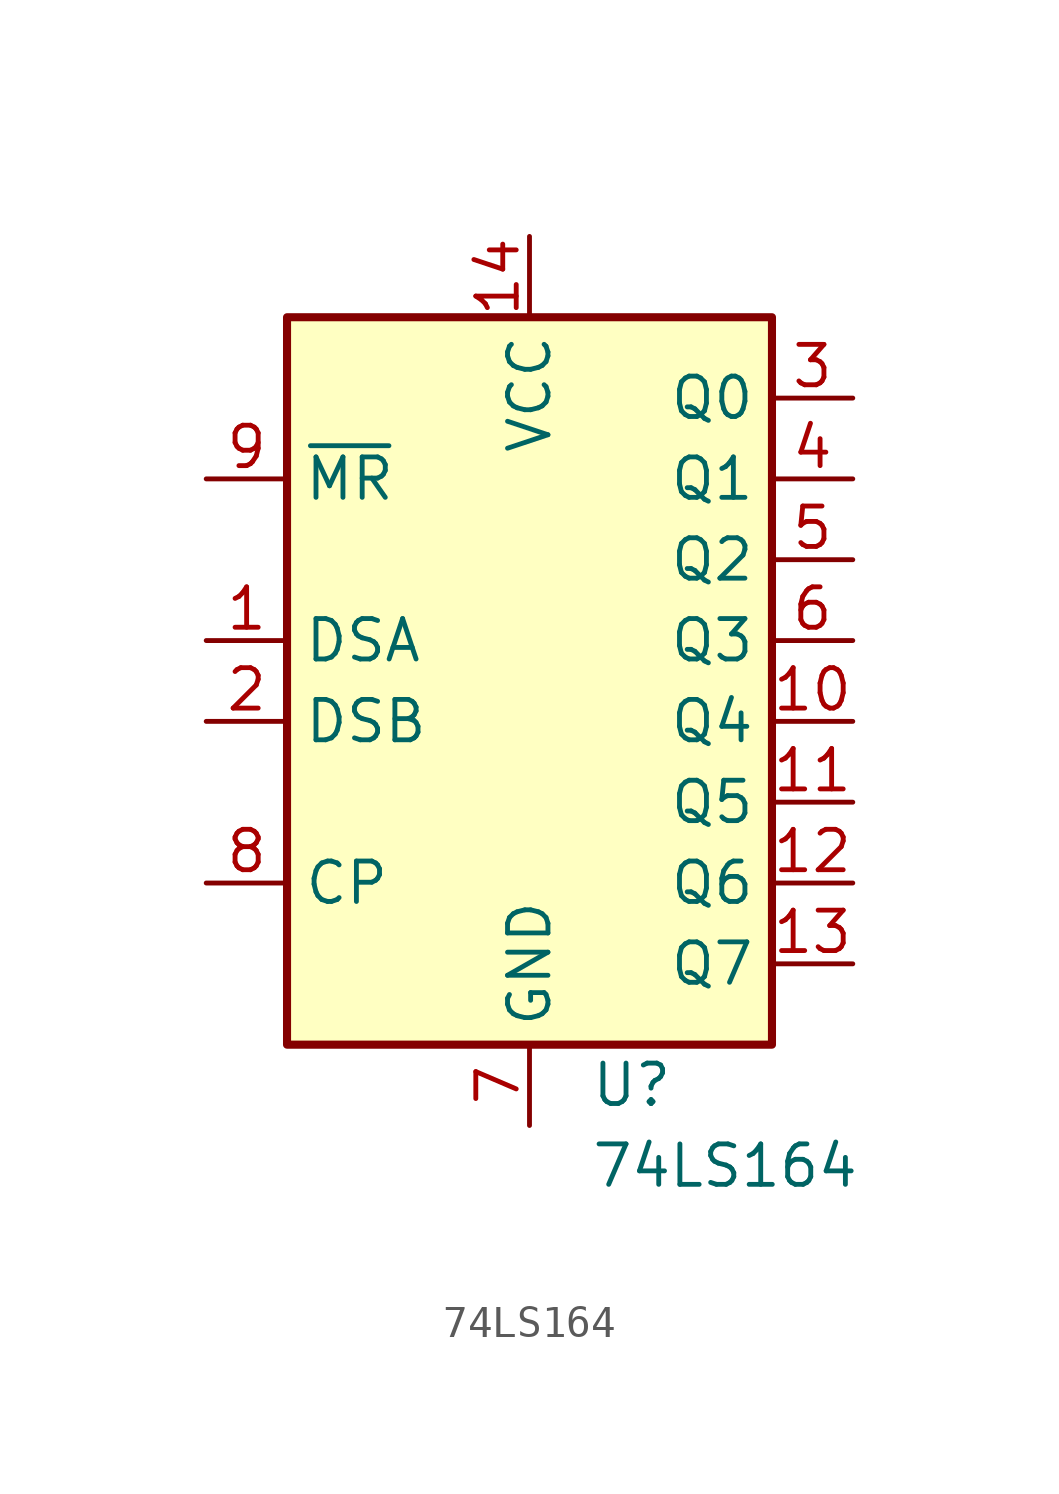
<source format=kicad_sym>
(kicad_symbol_lib
  (version 20220914)
  (generator kicad_symbol_editor)
  (symbol "74LS164"
    (property "Reference" "U"
      (at 1.905 -13.97 0)
      (effects (font (size 1.27 1.27)) (justify left)))
    (property "Value" "74LS164"
      (at 1.905 -16.51 0)
      (effects (font (size 1.27 1.27)) (justify left)))
    (symbol "74LS164_0_1"
      (rectangle (start 7.62 10.16) (end -7.62 -12.7) (stroke (width 0.254) (type default)) (fill (type background))))
    (symbol "74LS164_1_1"
      (pin input line (at -10.16 0 0) (length 2.54) (name "DSA" (effects (font (size 1.27 1.27)))) (number "1" (effects (font (size 1.27 1.27)))))
      (pin output line (at 10.16 -2.54 180) (length 2.54) (name "Q4" (effects (font (size 1.27 1.27)))) (number "10" (effects (font (size 1.27 1.27)))))
      (pin output line (at 10.16 -5.08 180) (length 2.54) (name "Q5" (effects (font (size 1.27 1.27)))) (number "11" (effects (font (size 1.27 1.27)))))
      (pin output line (at 10.16 -7.62 180) (length 2.54) (name "Q6" (effects (font (size 1.27 1.27)))) (number "12" (effects (font (size 1.27 1.27)))))
      (pin output line (at 10.16 -10.16 180) (length 2.54) (name "Q7" (effects (font (size 1.27 1.27)))) (number "13" (effects (font (size 1.27 1.27)))))
      (pin power_in line (at 0 12.7 270) (length 2.54) (name "VCC" (effects (font (size 1.27 1.27)))) (number "14" (effects (font (size 1.27 1.27)))))
      (pin input line (at -10.16 -2.54 0) (length 2.54) (name "DSB" (effects (font (size 1.27 1.27)))) (number "2" (effects (font (size 1.27 1.27)))))
      (pin output line (at 10.16 7.62 180) (length 2.54) (name "Q0" (effects (font (size 1.27 1.27)))) (number "3" (effects (font (size 1.27 1.27)))))
      (pin output line (at 10.16 5.08 180) (length 2.54) (name "Q1" (effects (font (size 1.27 1.27)))) (number "4" (effects (font (size 1.27 1.27)))))
      (pin output line (at 10.16 2.54 180) (length 2.54) (name "Q2" (effects (font (size 1.27 1.27)))) (number "5" (effects (font (size 1.27 1.27)))))
      (pin output line (at 10.16 0 180) (length 2.54) (name "Q3" (effects (font (size 1.27 1.27)))) (number "6" (effects (font (size 1.27 1.27)))))
      (pin power_in line (at 0 -15.24 90) (length 2.54) (name "GND" (effects (font (size 1.27 1.27)))) (number "7" (effects (font (size 1.27 1.27)))))
      (pin input line (at -10.16 -7.62 0) (length 2.54) (name "CP" (effects (font (size 1.27 1.27)))) (number "8" (effects (font (size 1.27 1.27)))))
      (pin input line (at -10.16 5.08 0) (length 2.54) (name "~{MR}" (effects (font (size 1.27 1.27)))) (number "9" (effects (font (size 1.27 1.27))))))))
</source>
